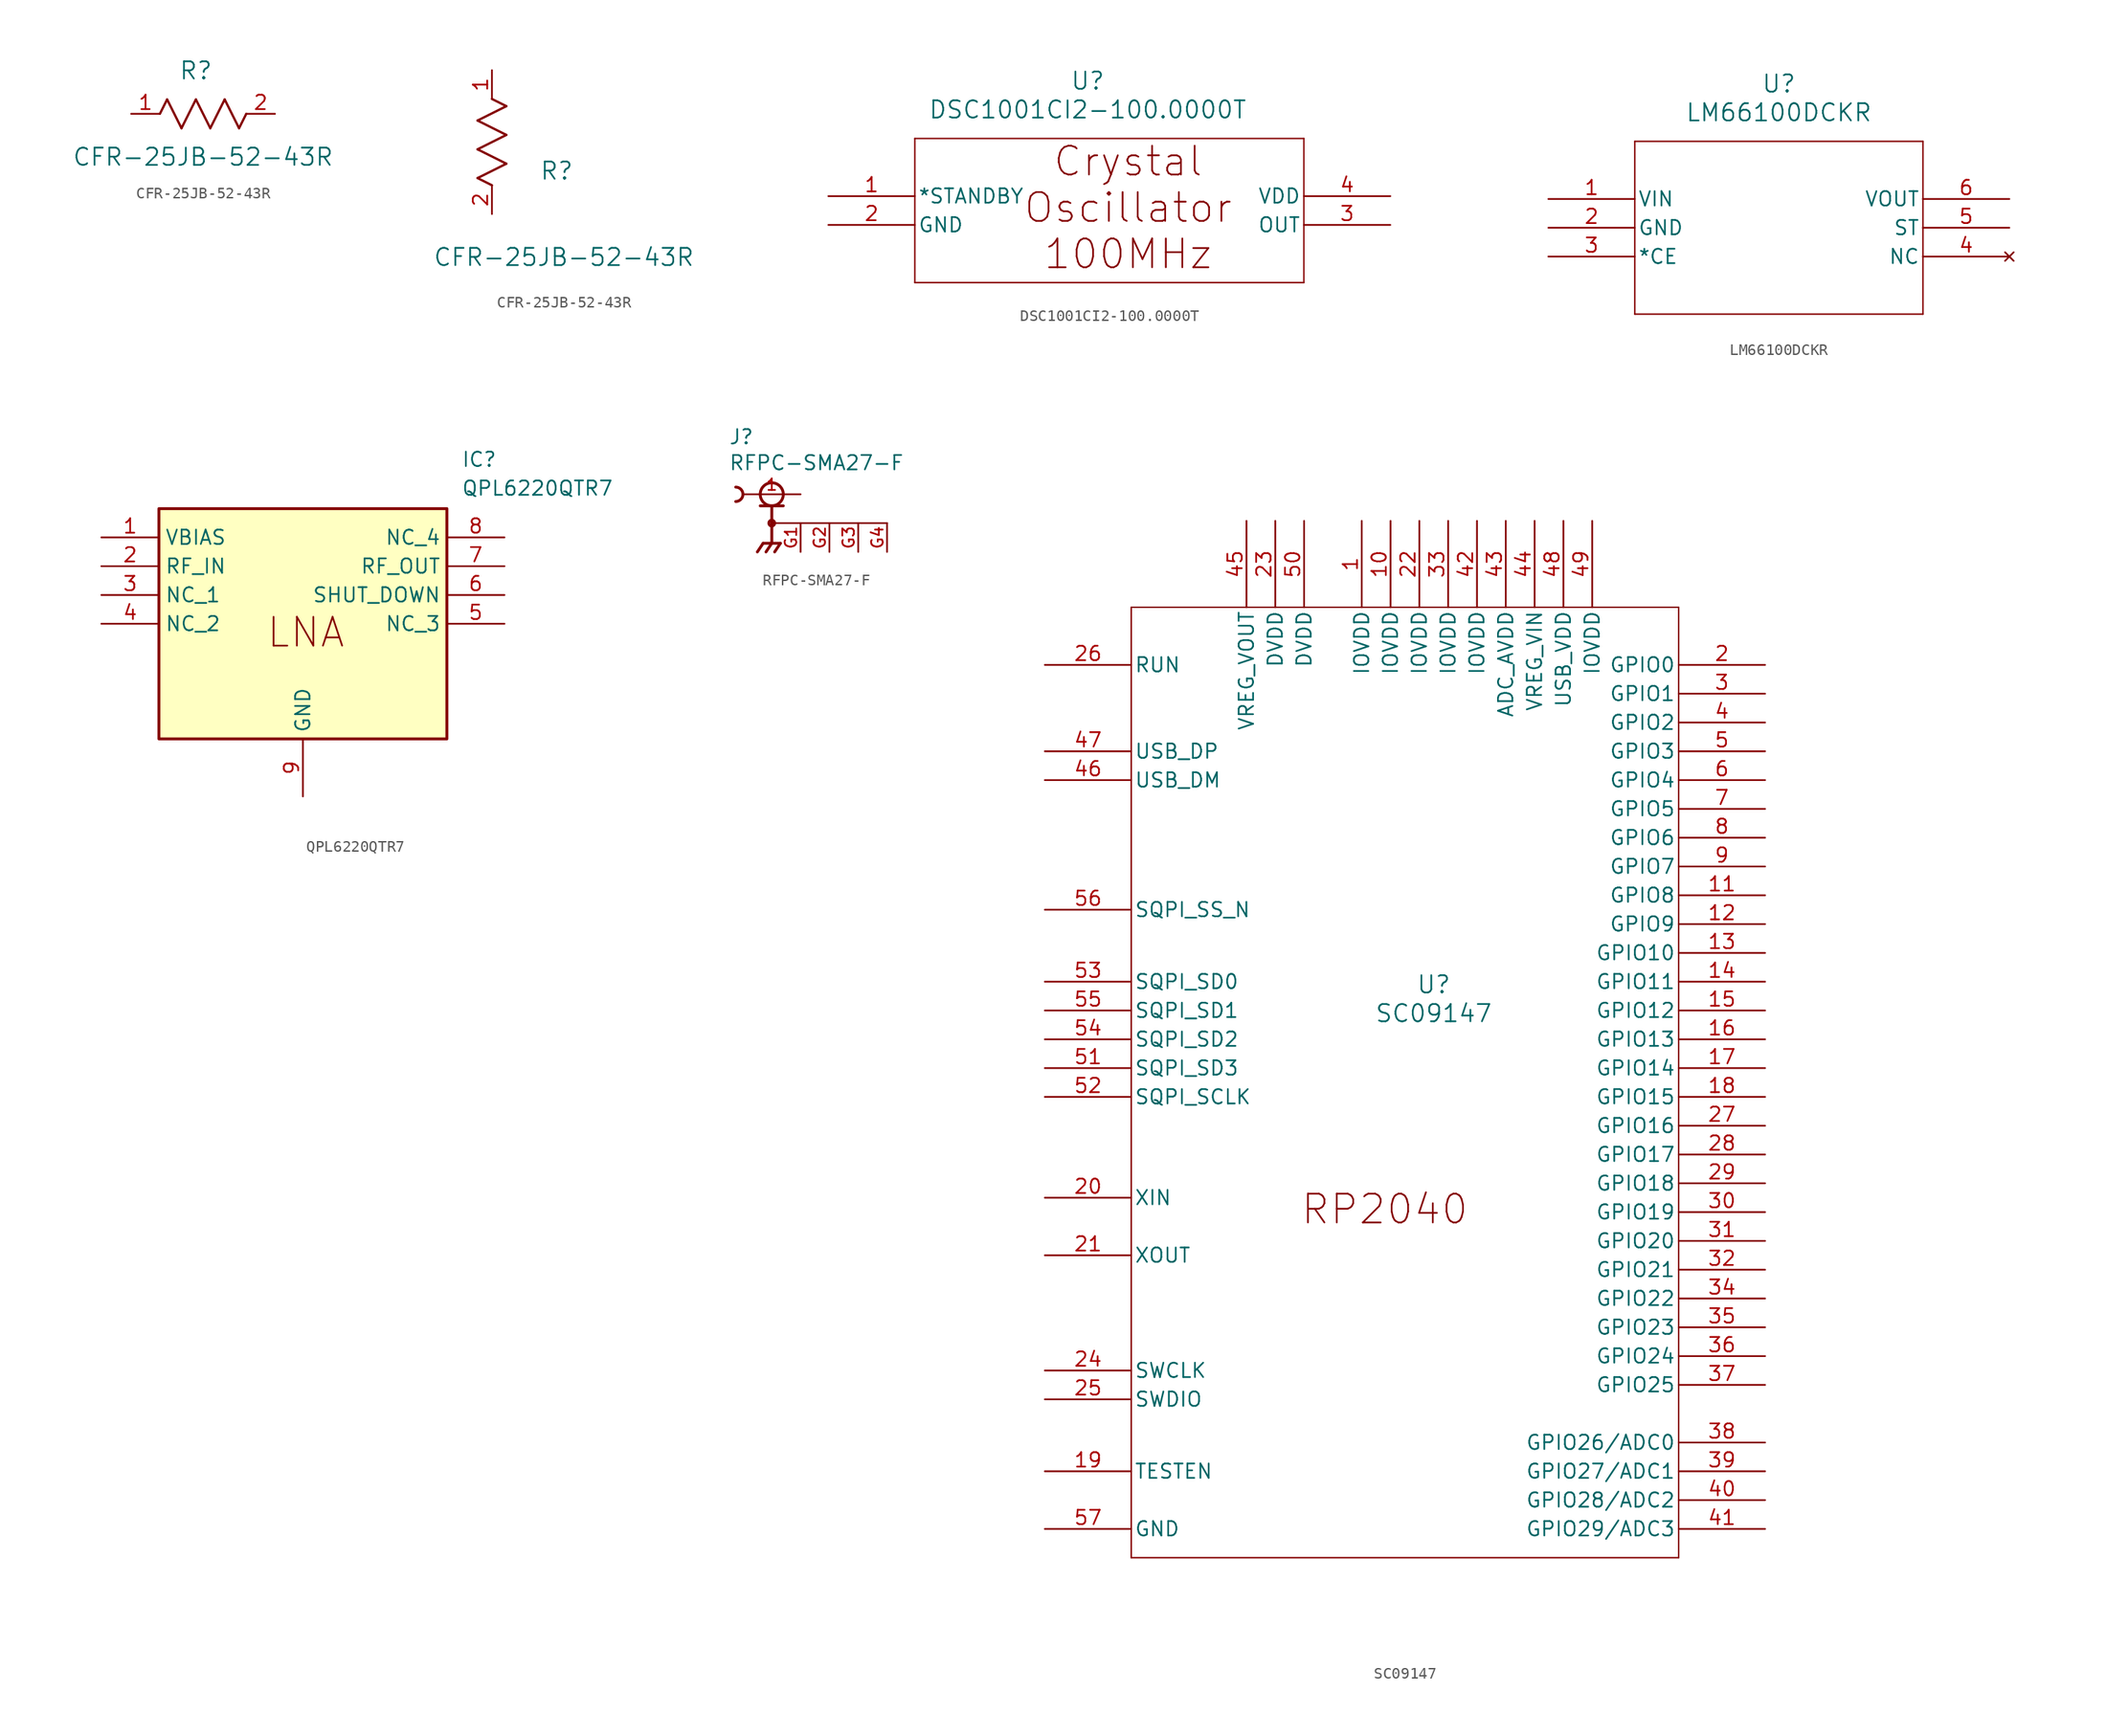
<source format=kicad_sym>
(kicad_symbol_lib
  (version 20241209)
  (generator "kicad_symbol_editor")
  (generator_version "9.0")
  (symbol "CFR-25JB-52-43R"
    (pin_names
      (offset 0.254))
    (property "Reference" "R"
      (at 5.715 3.81 0)
      (effects (font (size 1.524 1.524))))
    (property "Value" "CFR-25JB-52-43R"
      (at 6.35 -3.81 0)
      (effects (font (size 1.524 1.524))))
    (property "ki_locked" ""
      (at 0 0 0)
      (effects (font (size 1.27 1.27))))
    (symbol "CFR-25JB-52-43R_1_1"
      (polyline (pts (xy 2.54 0) (xy 3.175 1.27)) (stroke (width 0.203) (type default)) (fill (type none)))
      (polyline (pts (xy 3.175 1.27) (xy 4.445 -1.27)) (stroke (width 0.203) (type default)) (fill (type none)))
      (polyline (pts (xy 4.445 -1.27) (xy 5.715 1.27)) (stroke (width 0.203) (type default)) (fill (type none)))
      (polyline (pts (xy 5.715 1.27) (xy 6.985 -1.27)) (stroke (width 0.203) (type default)) (fill (type none)))
      (polyline (pts (xy 6.985 -1.27) (xy 8.255 1.27)) (stroke (width 0.203) (type default)) (fill (type none)))
      (polyline (pts (xy 8.255 1.27) (xy 9.525 -1.27)) (stroke (width 0.203) (type default)) (fill (type none)))
      (polyline (pts (xy 9.525 -1.27) (xy 10.16 0)) (stroke (width 0.203) (type default)) (fill (type none)))
      (pin unspecified line (at 0 0 0) (length 2.54) (name "" (effects (font (size 1.27 1.27)))) (number "1" (effects (font (size 1.27 1.27)))))
      (pin unspecified line (at 12.7 0 180) (length 2.54) (name "" (effects (font (size 1.27 1.27)))) (number "2" (effects (font (size 1.27 1.27))))))
    (symbol "CFR-25JB-52-43R_1_2"
      (polyline (pts (xy -1.27 8.255) (xy 1.27 9.525)) (stroke (width 0.203) (type default)) (fill (type none)))
      (polyline (pts (xy -1.27 5.715) (xy 1.27 6.985)) (stroke (width 0.203) (type default)) (fill (type none)))
      (polyline (pts (xy -1.27 3.175) (xy 1.27 4.445)) (stroke (width 0.203) (type default)) (fill (type none)))
      (polyline (pts (xy 0 2.54) (xy -1.27 3.175)) (stroke (width 0.203) (type default)) (fill (type none)))
      (polyline (pts (xy 1.27 9.525) (xy 0 10.16)) (stroke (width 0.203) (type default)) (fill (type none)))
      (polyline (pts (xy 1.27 6.985) (xy -1.27 8.255)) (stroke (width 0.203) (type default)) (fill (type none)))
      (polyline (pts (xy 1.27 4.445) (xy -1.27 5.715)) (stroke (width 0.203) (type default)) (fill (type none)))
      (pin unspecified line (at 0 12.7 270) (length 2.54) (name "" (effects (font (size 1.27 1.27)))) (number "1" (effects (font (size 1.27 1.27)))))
      (pin unspecified line (at 0 0 90) (length 2.54) (name "" (effects (font (size 1.27 1.27)))) (number "2" (effects (font (size 1.27 1.27)))))))
  (symbol "DSC1001CI2-100.0000T"
    (pin_names
      (offset 0.254))
    (property "Reference" "U"
      (at 22.86 10.16 0)
      (effects (font (size 1.524 1.524))))
    (property "Value" "DSC1001CI2-100.0000T"
      (at 22.86 7.62 0)
      (effects (font (size 1.524 1.524))))
    (property "ki_locked" ""
      (at 0 0 0)
      (effects (font (size 1.27 1.27))))
    (symbol "DSC1001CI2-100.0000T_0_1"
      (polyline (pts (xy 7.62 5.08) (xy 7.62 -7.62)) (stroke (width 0.127) (type default)) (fill (type none)))
      (polyline (pts (xy 7.62 -7.62) (xy 41.91 -7.62)) (stroke (width 0.127) (type default)) (fill (type none)))
      (polyline (pts (xy 41.91 5.08) (xy 7.62 5.08)) (stroke (width 0.127) (type default)) (fill (type none)))
      (polyline (pts (xy 41.91 -7.62) (xy 41.91 5.08)) (stroke (width 0.127) (type default)) (fill (type none)))
      (pin input line (at 0 0 0) (length 7.62) (name "*STANDBY" (effects (font (size 1.27 1.27)))) (number "1" (effects (font (size 1.27 1.27)))))
      (pin power_out line (at 0 -2.54 0) (length 7.62) (name "GND" (effects (font (size 1.27 1.27)))) (number "2" (effects (font (size 1.27 1.27)))))
      (pin power_in line (at 49.53 0 180) (length 7.62) (name "VDD" (effects (font (size 1.27 1.27)))) (number "4" (effects (font (size 1.27 1.27)))))
      (pin output line (at 49.53 -2.54 180) (length 7.62) (name "OUT" (effects (font (size 1.27 1.27)))) (number "3" (effects (font (size 1.27 1.27))))))
    (symbol "DSC1001CI2-100.0000T_1_1"
      (text "Crystal\nOscillator\n100MHz" (at 26.416 -1.016 0) (effects (font (size 2.54 2.54))))))
  (symbol "LM66100DCKR"
    (pin_names
      (offset 0.254))
    (property "Reference" "U"
      (at 20.32 10.16 0)
      (effects (font (size 1.524 1.524))))
    (property "Value" "LM66100DCKR"
      (at 20.32 7.62 0)
      (effects (font (size 1.524 1.524))))
    (property "ki_locked" ""
      (at 0 0 0)
      (effects (font (size 1.27 1.27))))
    (symbol "LM66100DCKR_0_1"
      (polyline (pts (xy 7.62 5.08) (xy 7.62 -10.16)) (stroke (width 0.127) (type default)) (fill (type none)))
      (polyline (pts (xy 7.62 -10.16) (xy 33.02 -10.16)) (stroke (width 0.127) (type default)) (fill (type none)))
      (polyline (pts (xy 33.02 5.08) (xy 7.62 5.08)) (stroke (width 0.127) (type default)) (fill (type none)))
      (polyline (pts (xy 33.02 -10.16) (xy 33.02 5.08)) (stroke (width 0.127) (type default)) (fill (type none)))
      (pin input line (at 0 0 0) (length 7.62) (name "VIN" (effects (font (size 1.27 1.27)))) (number "1" (effects (font (size 1.27 1.27)))))
      (pin power_in line (at 0 -2.54 0) (length 7.62) (name "GND" (effects (font (size 1.27 1.27)))) (number "2" (effects (font (size 1.27 1.27)))))
      (pin input line (at 0 -5.08 0) (length 7.62) (name "*CE" (effects (font (size 1.27 1.27)))) (number "3" (effects (font (size 1.27 1.27)))))
      (pin output line (at 40.64 0 180) (length 7.62) (name "VOUT" (effects (font (size 1.27 1.27)))) (number "6" (effects (font (size 1.27 1.27)))))
      (pin output line (at 40.64 -2.54 180) (length 7.62) (name "ST" (effects (font (size 1.27 1.27)))) (number "5" (effects (font (size 1.27 1.27)))))
      (pin no_connect line (at 40.64 -5.08 180) (length 7.62) (name "NC" (effects (font (size 1.27 1.27)))) (number "4" (effects (font (size 1.27 1.27)))))))
  (symbol "QPL6220QTR7"
    (property "Reference" "IC"
      (at 31.75 7.62 0)
      (effects (font (size 1.27 1.27)) (justify left top)))
    (property "Value" "QPL6220QTR7"
      (at 31.75 5.08 0)
      (effects (font (size 1.27 1.27)) (justify left top)))
    (symbol "QPL6220QTR7_1_1"
      (rectangle (start 5.08 2.54) (end 30.48 -17.78) (stroke (width 0.254) (type default)) (fill (type background)))
      (text "LNA" (at 18.034 -8.382 0) (effects (font (size 2.54 2.54))))
      (pin passive line (at 0 0 0) (length 5.08) (name "VBIAS" (effects (font (size 1.27 1.27)))) (number "1" (effects (font (size 1.27 1.27)))))
      (pin passive line (at 0 -2.54 0) (length 5.08) (name "RF_IN" (effects (font (size 1.27 1.27)))) (number "2" (effects (font (size 1.27 1.27)))))
      (pin passive line (at 0 -5.08 0) (length 5.08) (name "NC_1" (effects (font (size 1.27 1.27)))) (number "3" (effects (font (size 1.27 1.27)))))
      (pin passive line (at 0 -7.62 0) (length 5.08) (name "NC_2" (effects (font (size 1.27 1.27)))) (number "4" (effects (font (size 1.27 1.27)))))
      (pin passive line (at 17.78 -22.86 90) (length 5.08) (name "GND" (effects (font (size 1.27 1.27)))) (number "9" (effects (font (size 1.27 1.27)))))
      (pin passive line (at 35.56 0 180) (length 5.08) (name "NC_4" (effects (font (size 1.27 1.27)))) (number "8" (effects (font (size 1.27 1.27)))))
      (pin passive line (at 35.56 -2.54 180) (length 5.08) (name "RF_OUT" (effects (font (size 1.27 1.27)))) (number "7" (effects (font (size 1.27 1.27)))))
      (pin passive line (at 35.56 -5.08 180) (length 5.08) (name "SHUT_DOWN" (effects (font (size 1.27 1.27)))) (number "6" (effects (font (size 1.27 1.27)))))
      (pin passive line (at 35.56 -7.62 180) (length 5.08) (name "NC_3" (effects (font (size 1.27 1.27)))) (number "5" (effects (font (size 1.27 1.27)))))))
  (symbol "RFPC-SMA27-F"
    (pin_names
      (offset 1.016))
    (property "Reference" "J"
      (at -3.81 4.318 0)
      (effects (font (size 1.27 1.27)) (justify left bottom)))
    (property "Value" "RFPC-SMA27-F"
      (at -3.81 2.032 0)
      (effects (font (size 1.27 1.27)) (justify left bottom)))
    (symbol "RFPC-SMA27-F_0_0"
      (arc (start -3.175 0.635) (mid -2.5427 0) (end -3.175 -0.635) (stroke (width 0.254) (type default)) (fill (type none)))
      (polyline (pts (xy -1.016 -1.016) (xy 1.016 -1.016)) (stroke (width 0.254) (type default)) (fill (type none)))
      (polyline (pts (xy -0.762 -4.318) (xy -1.27 -5.08)) (stroke (width 0.254) (type default)) (fill (type none)))
      (circle (center 0 0) (radius 1.016) (stroke (width 0.254) (type default)) (fill (type none)))
      (polyline (pts (xy 0 -1.016) (xy 0 -4.318)) (stroke (width 0.254) (type default)) (fill (type none)))
      (polyline (pts (xy 0 -2.54) (xy 10.16 -2.54)) (stroke (width 0.152) (type default)) (fill (type none)))
      (circle (center 0 -2.54) (radius 0.254) (stroke (width 0.254) (type default)) (fill (type none)))
      (polyline (pts (xy 0 -4.318) (xy -0.508 -5.08)) (stroke (width 0.254) (type default)) (fill (type none)))
      (polyline (pts (xy 0.762 -4.318) (xy -0.762 -4.318)) (stroke (width 0.254) (type default)) (fill (type none)))
      (polyline (pts (xy 0.762 -4.318) (xy 0.254 -5.08)) (stroke (width 0.254) (type default)) (fill (type none)))
      (pin passive line (at 2.54 0 180) (length 5.08) (name "~" (effects (font (size 1.016 1.016)))) (number "1" (effects (font (size 1.016 1.016)))))
      (pin power_in line (at 2.54 -5.08 90) (length 2.54) (name "~" (effects (font (size 1.016 1.016)))) (number "G1" (effects (font (size 1.016 1.016)))))
      (pin power_in line (at 5.08 -5.08 90) (length 2.54) (name "~" (effects (font (size 1.016 1.016)))) (number "G2" (effects (font (size 1.016 1.016)))))
      (pin power_in line (at 7.62 -5.08 90) (length 2.54) (name "~" (effects (font (size 1.016 1.016)))) (number "G3" (effects (font (size 1.016 1.016)))))
      (pin power_in line (at 10.16 -5.08 90) (length 2.54) (name "~" (effects (font (size 1.016 1.016)))) (number "G4" (effects (font (size 1.016 1.016)))))))
  (symbol "SC09147"
    (pin_names
      (offset 0.254))
    (property "Reference" "U"
      (at 34.29 -9.144 0)
      (effects (font (size 1.524 1.524))))
    (property "Value" "SC09147"
      (at 34.29 -11.684 0)
      (effects (font (size 1.524 1.524))))
    (property "ki_locked" ""
      (at 0 0 0)
      (effects (font (size 1.27 1.27))))
    (symbol "SC09147_0_1"
      (polyline (pts (xy 7.62 24.13) (xy 7.62 -59.69)) (stroke (width 0.127) (type default)) (fill (type none)))
      (polyline (pts (xy 7.62 -59.69) (xy 55.88 -59.69)) (stroke (width 0.127) (type default)) (fill (type none)))
      (polyline (pts (xy 55.88 24.13) (xy 7.62 24.13)) (stroke (width 0.127) (type default)) (fill (type none)))
      (polyline (pts (xy 55.88 -59.69) (xy 55.88 24.13)) (stroke (width 0.127) (type default)) (fill (type none)))
      (pin input line (at 0 19.05 0) (length 7.62) (name "RUN" (effects (font (size 1.27 1.27)))) (number "26" (effects (font (size 1.27 1.27)))))
      (pin bidirectional line (at 0 11.43 0) (length 7.62) (name "USB_DP" (effects (font (size 1.27 1.27)))) (number "47" (effects (font (size 1.27 1.27)))))
      (pin bidirectional line (at 0 8.89 0) (length 7.62) (name "USB_DM" (effects (font (size 1.27 1.27)))) (number "46" (effects (font (size 1.27 1.27)))))
      (pin bidirectional line (at 0 -2.54 0) (length 7.62) (name "SQPI_SS_N" (effects (font (size 1.27 1.27)))) (number "56" (effects (font (size 1.27 1.27)))))
      (pin bidirectional line (at 0 -8.89 0) (length 7.62) (name "SQPI_SD0" (effects (font (size 1.27 1.27)))) (number "53" (effects (font (size 1.27 1.27)))))
      (pin bidirectional line (at 0 -11.43 0) (length 7.62) (name "SQPI_SD1" (effects (font (size 1.27 1.27)))) (number "55" (effects (font (size 1.27 1.27)))))
      (pin bidirectional line (at 0 -13.97 0) (length 7.62) (name "SQPI_SD2" (effects (font (size 1.27 1.27)))) (number "54" (effects (font (size 1.27 1.27)))))
      (pin bidirectional line (at 0 -16.51 0) (length 7.62) (name "SQPI_SD3" (effects (font (size 1.27 1.27)))) (number "51" (effects (font (size 1.27 1.27)))))
      (pin bidirectional line (at 0 -19.05 0) (length 7.62) (name "SQPI_SCLK" (effects (font (size 1.27 1.27)))) (number "52" (effects (font (size 1.27 1.27)))))
      (pin input line (at 0 -27.94 0) (length 7.62) (name "XIN" (effects (font (size 1.27 1.27)))) (number "20" (effects (font (size 1.27 1.27)))))
      (pin output line (at 0 -33.02 0) (length 7.62) (name "XOUT" (effects (font (size 1.27 1.27)))) (number "21" (effects (font (size 1.27 1.27)))))
      (pin input line (at 0 -43.18 0) (length 7.62) (name "SWCLK" (effects (font (size 1.27 1.27)))) (number "24" (effects (font (size 1.27 1.27)))))
      (pin bidirectional line (at 0 -45.72 0) (length 7.62) (name "SWDIO" (effects (font (size 1.27 1.27)))) (number "25" (effects (font (size 1.27 1.27)))))
      (pin input line (at 0 -52.07 0) (length 7.62) (name "TESTEN" (effects (font (size 1.27 1.27)))) (number "19" (effects (font (size 1.27 1.27)))))
      (pin power_out line (at 0 -57.15 0) (length 7.62) (name "GND" (effects (font (size 1.27 1.27)))) (number "57" (effects (font (size 1.27 1.27)))))
      (pin power_in line (at 17.78 31.75 270) (length 7.62) (name "VREG_VOUT" (effects (font (size 1.27 1.27)))) (number "45" (effects (font (size 1.27 1.27)))))
      (pin power_in line (at 20.32 31.75 270) (length 7.62) (name "DVDD" (effects (font (size 1.27 1.27)))) (number "23" (effects (font (size 1.27 1.27)))))
      (pin power_in line (at 22.86 31.75 270) (length 7.62) (name "DVDD" (effects (font (size 1.27 1.27)))) (number "50" (effects (font (size 1.27 1.27)))))
      (pin power_in line (at 27.94 31.75 270) (length 7.62) (name "IOVDD" (effects (font (size 1.27 1.27)))) (number "1" (effects (font (size 1.27 1.27)))))
      (pin power_in line (at 30.48 31.75 270) (length 7.62) (name "IOVDD" (effects (font (size 1.27 1.27)))) (number "10" (effects (font (size 1.27 1.27)))))
      (pin power_in line (at 33.02 31.75 270) (length 7.62) (name "IOVDD" (effects (font (size 1.27 1.27)))) (number "22" (effects (font (size 1.27 1.27)))))
      (pin power_in line (at 35.56 31.75 270) (length 7.62) (name "IOVDD" (effects (font (size 1.27 1.27)))) (number "33" (effects (font (size 1.27 1.27)))))
      (pin power_in line (at 38.1 31.75 270) (length 7.62) (name "IOVDD" (effects (font (size 1.27 1.27)))) (number "42" (effects (font (size 1.27 1.27)))))
      (pin power_in line (at 40.64 31.75 270) (length 7.62) (name "ADC_AVDD" (effects (font (size 1.27 1.27)))) (number "43" (effects (font (size 1.27 1.27)))))
      (pin power_in line (at 43.18 31.75 270) (length 7.62) (name "VREG_VIN" (effects (font (size 1.27 1.27)))) (number "44" (effects (font (size 1.27 1.27)))))
      (pin power_in line (at 45.72 31.75 270) (length 7.62) (name "USB_VDD" (effects (font (size 1.27 1.27)))) (number "48" (effects (font (size 1.27 1.27)))))
      (pin power_in line (at 48.26 31.75 270) (length 7.62) (name "IOVDD" (effects (font (size 1.27 1.27)))) (number "49" (effects (font (size 1.27 1.27)))))
      (pin bidirectional line (at 63.5 19.05 180) (length 7.62) (name "GPIO0" (effects (font (size 1.27 1.27)))) (number "2" (effects (font (size 1.27 1.27)))))
      (pin bidirectional line (at 63.5 16.51 180) (length 7.62) (name "GPIO1" (effects (font (size 1.27 1.27)))) (number "3" (effects (font (size 1.27 1.27)))))
      (pin bidirectional line (at 63.5 13.97 180) (length 7.62) (name "GPIO2" (effects (font (size 1.27 1.27)))) (number "4" (effects (font (size 1.27 1.27)))))
      (pin bidirectional line (at 63.5 11.43 180) (length 7.62) (name "GPIO3" (effects (font (size 1.27 1.27)))) (number "5" (effects (font (size 1.27 1.27)))))
      (pin bidirectional line (at 63.5 8.89 180) (length 7.62) (name "GPIO4" (effects (font (size 1.27 1.27)))) (number "6" (effects (font (size 1.27 1.27)))))
      (pin bidirectional line (at 63.5 6.35 180) (length 7.62) (name "GPIO5" (effects (font (size 1.27 1.27)))) (number "7" (effects (font (size 1.27 1.27)))))
      (pin bidirectional line (at 63.5 3.81 180) (length 7.62) (name "GPIO6" (effects (font (size 1.27 1.27)))) (number "8" (effects (font (size 1.27 1.27)))))
      (pin bidirectional line (at 63.5 1.27 180) (length 7.62) (name "GPIO7" (effects (font (size 1.27 1.27)))) (number "9" (effects (font (size 1.27 1.27)))))
      (pin bidirectional line (at 63.5 -1.27 180) (length 7.62) (name "GPIO8" (effects (font (size 1.27 1.27)))) (number "11" (effects (font (size 1.27 1.27)))))
      (pin bidirectional line (at 63.5 -3.81 180) (length 7.62) (name "GPIO9" (effects (font (size 1.27 1.27)))) (number "12" (effects (font (size 1.27 1.27)))))
      (pin bidirectional line (at 63.5 -6.35 180) (length 7.62) (name "GPIO10" (effects (font (size 1.27 1.27)))) (number "13" (effects (font (size 1.27 1.27)))))
      (pin bidirectional line (at 63.5 -8.89 180) (length 7.62) (name "GPIO11" (effects (font (size 1.27 1.27)))) (number "14" (effects (font (size 1.27 1.27)))))
      (pin bidirectional line (at 63.5 -11.43 180) (length 7.62) (name "GPIO12" (effects (font (size 1.27 1.27)))) (number "15" (effects (font (size 1.27 1.27)))))
      (pin bidirectional line (at 63.5 -13.97 180) (length 7.62) (name "GPIO13" (effects (font (size 1.27 1.27)))) (number "16" (effects (font (size 1.27 1.27)))))
      (pin bidirectional line (at 63.5 -16.51 180) (length 7.62) (name "GPIO14" (effects (font (size 1.27 1.27)))) (number "17" (effects (font (size 1.27 1.27)))))
      (pin bidirectional line (at 63.5 -19.05 180) (length 7.62) (name "GPIO15" (effects (font (size 1.27 1.27)))) (number "18" (effects (font (size 1.27 1.27)))))
      (pin bidirectional line (at 63.5 -21.59 180) (length 7.62) (name "GPIO16" (effects (font (size 1.27 1.27)))) (number "27" (effects (font (size 1.27 1.27)))))
      (pin bidirectional line (at 63.5 -24.13 180) (length 7.62) (name "GPIO17" (effects (font (size 1.27 1.27)))) (number "28" (effects (font (size 1.27 1.27)))))
      (pin bidirectional line (at 63.5 -26.67 180) (length 7.62) (name "GPIO18" (effects (font (size 1.27 1.27)))) (number "29" (effects (font (size 1.27 1.27)))))
      (pin bidirectional line (at 63.5 -29.21 180) (length 7.62) (name "GPIO19" (effects (font (size 1.27 1.27)))) (number "30" (effects (font (size 1.27 1.27)))))
      (pin bidirectional line (at 63.5 -31.75 180) (length 7.62) (name "GPIO20" (effects (font (size 1.27 1.27)))) (number "31" (effects (font (size 1.27 1.27)))))
      (pin bidirectional line (at 63.5 -34.29 180) (length 7.62) (name "GPIO21" (effects (font (size 1.27 1.27)))) (number "32" (effects (font (size 1.27 1.27)))))
      (pin bidirectional line (at 63.5 -36.83 180) (length 7.62) (name "GPIO22" (effects (font (size 1.27 1.27)))) (number "34" (effects (font (size 1.27 1.27)))))
      (pin bidirectional line (at 63.5 -39.37 180) (length 7.62) (name "GPIO23" (effects (font (size 1.27 1.27)))) (number "35" (effects (font (size 1.27 1.27)))))
      (pin bidirectional line (at 63.5 -41.91 180) (length 7.62) (name "GPIO24" (effects (font (size 1.27 1.27)))) (number "36" (effects (font (size 1.27 1.27)))))
      (pin bidirectional line (at 63.5 -44.45 180) (length 7.62) (name "GPIO25" (effects (font (size 1.27 1.27)))) (number "37" (effects (font (size 1.27 1.27)))))
      (pin bidirectional line (at 63.5 -49.53 180) (length 7.62) (name "GPIO26/ADC0" (effects (font (size 1.27 1.27)))) (number "38" (effects (font (size 1.27 1.27)))))
      (pin bidirectional line (at 63.5 -52.07 180) (length 7.62) (name "GPIO27/ADC1" (effects (font (size 1.27 1.27)))) (number "39" (effects (font (size 1.27 1.27)))))
      (pin bidirectional line (at 63.5 -54.61 180) (length 7.62) (name "GPIO28/ADC2" (effects (font (size 1.27 1.27)))) (number "40" (effects (font (size 1.27 1.27)))))
      (pin bidirectional line (at 63.5 -57.15 180) (length 7.62) (name "GPIO29/ADC3" (effects (font (size 1.27 1.27)))) (number "41" (effects (font (size 1.27 1.27))))))
    (symbol "SC09147_1_1"
      (text "RP2040" (at 29.972 -28.956 0) (effects (font (size 2.54 2.54)))))))
</source>
